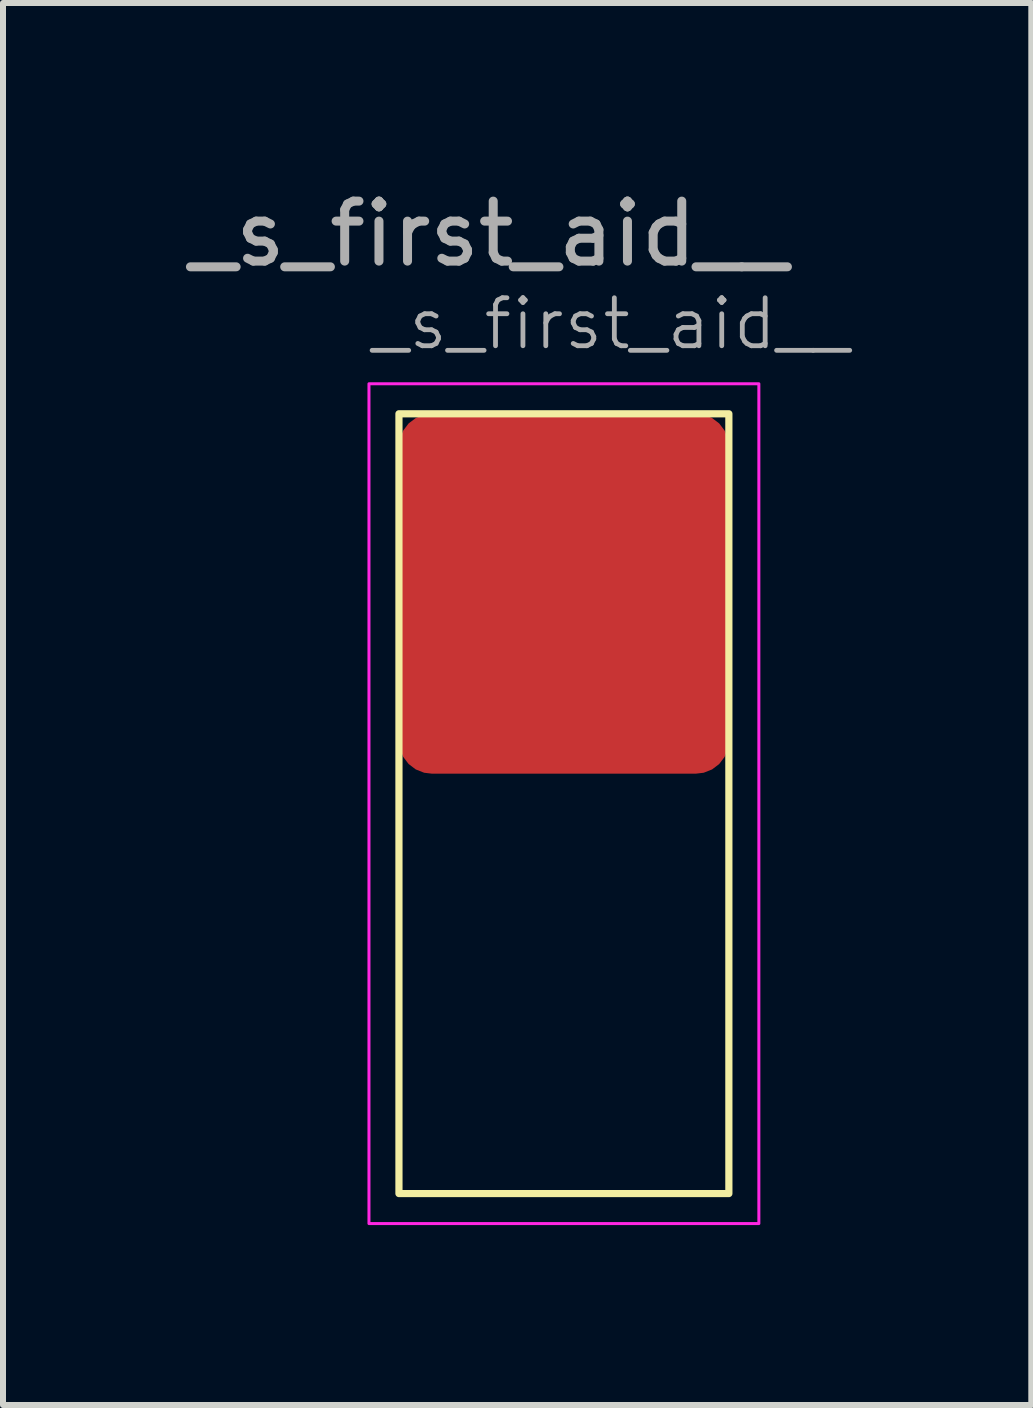
<source format=kicad_pcb>
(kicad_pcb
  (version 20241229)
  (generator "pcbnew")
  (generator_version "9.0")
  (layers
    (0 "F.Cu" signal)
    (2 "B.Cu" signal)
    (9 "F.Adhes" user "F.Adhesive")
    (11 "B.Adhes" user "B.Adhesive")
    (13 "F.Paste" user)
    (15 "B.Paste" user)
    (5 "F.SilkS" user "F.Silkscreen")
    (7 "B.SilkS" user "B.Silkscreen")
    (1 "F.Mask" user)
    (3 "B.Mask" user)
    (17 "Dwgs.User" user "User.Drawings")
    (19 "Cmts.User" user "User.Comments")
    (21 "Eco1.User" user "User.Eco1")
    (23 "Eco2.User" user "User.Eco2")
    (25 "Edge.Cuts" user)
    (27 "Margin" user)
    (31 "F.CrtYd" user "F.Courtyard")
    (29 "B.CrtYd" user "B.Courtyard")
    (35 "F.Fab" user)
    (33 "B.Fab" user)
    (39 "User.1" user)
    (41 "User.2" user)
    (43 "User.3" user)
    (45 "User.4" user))
  (footprint "_s_first_aid__"
    (layer "F.Cu")
    (at 3.601 3.848)
    (property "Reference" "_s_first_aid__" (at -0.5 -1.5 0) (unlocked yes) (layer "F.Fab") (effects (font (size 0.8 0.8) (thickness 0.08)) (justify left)))
    (attr smd)
    (fp_rect (start 0 0) (end 5.5 13) (stroke (width 0.12) (type solid)) (fill no) (layer "F.SilkS"))
    (fp_rect (start -0.5 -0.5) (end 6 13.5) (stroke (width 0.05) (type solid)) (fill no) (layer "F.CrtYd"))
    (fp_text user "${REFERENCE}" (at 1.5 -3 0) (unlocked yes) (layer "F.Fab") (effects (font (size 1 1) (thickness 0.15))))
    (pad "1" smd roundrect (at 2.75 3) (size 5.5 6) (layers "F.Cu" "F.Mask" "F.Paste") (roundrect_rratio 0.1)))
  (gr_rect
    (start -3 -3)
    (end 14.143 20.373)
    (stroke (width 0.1) (type default))
    (fill no)
    (layer "Edge.Cuts")))
</source>
